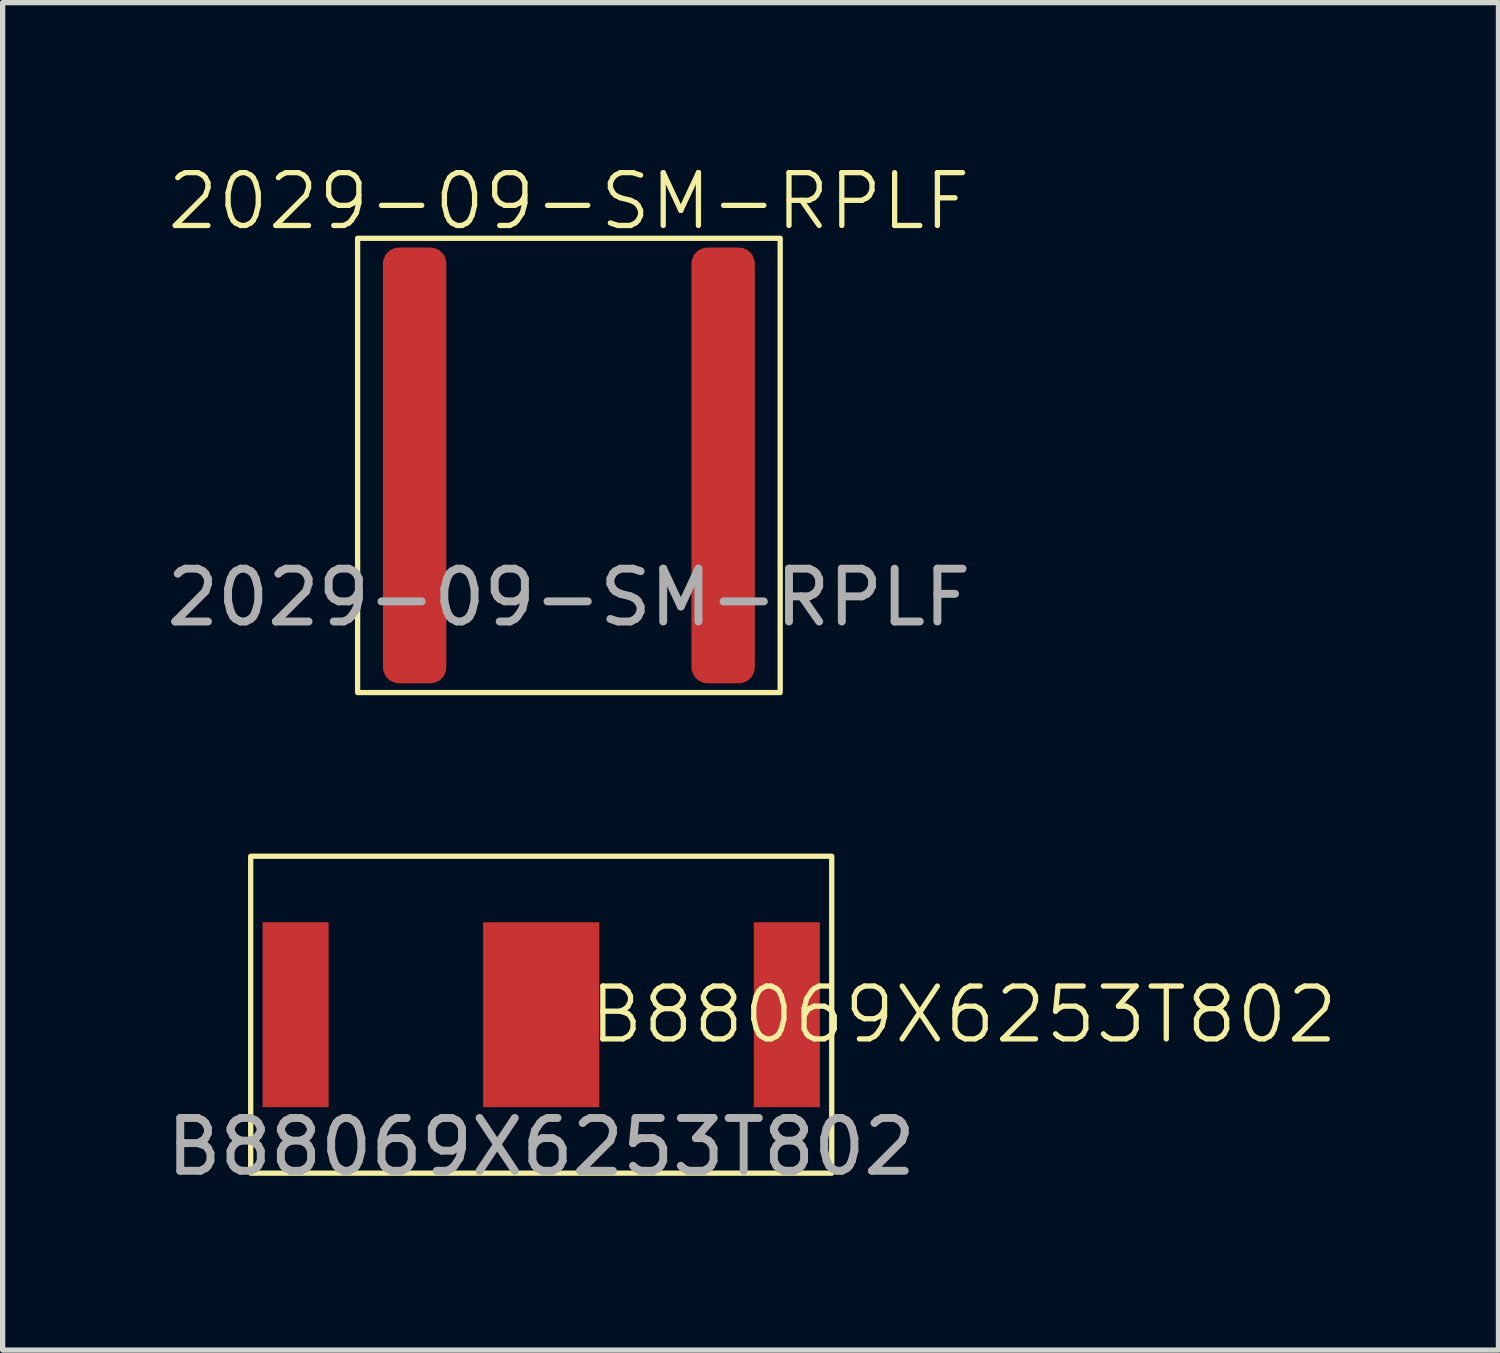
<source format=kicad_pcb>
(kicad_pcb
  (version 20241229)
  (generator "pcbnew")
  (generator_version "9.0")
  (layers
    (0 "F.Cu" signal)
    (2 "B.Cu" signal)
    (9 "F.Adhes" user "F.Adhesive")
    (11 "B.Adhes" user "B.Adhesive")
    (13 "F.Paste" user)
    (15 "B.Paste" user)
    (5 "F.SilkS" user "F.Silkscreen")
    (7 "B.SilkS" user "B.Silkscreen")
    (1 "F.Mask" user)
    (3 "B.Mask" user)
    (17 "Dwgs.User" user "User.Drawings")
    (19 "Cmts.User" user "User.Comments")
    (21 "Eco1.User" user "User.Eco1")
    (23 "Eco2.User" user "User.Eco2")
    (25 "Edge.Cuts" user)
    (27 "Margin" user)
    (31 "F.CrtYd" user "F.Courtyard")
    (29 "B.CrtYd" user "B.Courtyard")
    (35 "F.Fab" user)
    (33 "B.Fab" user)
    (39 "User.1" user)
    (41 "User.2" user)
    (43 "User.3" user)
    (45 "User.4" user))
  (footprint "B88069X6253T802"
    (layer "F.Cu")
    (at 7.196 16.16)
    (property "Reference" "B88069X6253T802" (at 8 0 0) (unlocked yes) (layer "F.SilkS") (effects (font (size 1 1) (thickness 0.1))))
    (attr smd)
    (fp_rect (start -5.5 -3) (end 5.5 3) (stroke (width 0.1) (type default)) (fill no) (layer "F.SilkS"))
    (fp_text user "${REFERENCE}" (at 0 2.5 0) (unlocked yes) (layer "F.Fab") (effects (font (size 1 1) (thickness 0.15))))
    (pad "1" smd rect (at -4.65 0) (size 1.25 3.5) (layers "F.Cu" "F.Mask" "F.Paste"))
    (pad "2" smd rect (at 0 0) (size 2.2 3.5) (layers "F.Cu" "F.Mask" "F.Paste"))
    (pad "3" smd rect (at 4.65 0) (size 1.25 3.5) (layers "F.Cu" "F.Mask" "F.Paste")))
  (footprint "2029-09-SM-RPLF"
    (layer "F.Cu")
    (at 7.72 5.761)
    (property "Reference" "2029-09-SM-RPLF" (at 0 -5 0) (unlocked yes) (layer "F.SilkS") (effects (font (size 1 1) (thickness 0.1))))
    (attr smd)
    (fp_rect (start -4 -4.3) (end 4 4.3) (stroke (width 0.1) (type default)) (fill no) (layer "F.SilkS"))
    (fp_text user "${REFERENCE}" (at 0 2.5 0) (unlocked yes) (layer "F.Fab") (effects (font (size 1 1) (thickness 0.15))))
    (pad "1" smd roundrect (at -2.92 0) (size 1.2 8.25) (layers "F.Cu" "F.Mask" "F.Paste") (roundrect_rratio 0.25))
    (pad "2" smd roundrect (at 2.92 0) (size 1.2 8.25) (layers "F.Cu" "F.Mask" "F.Paste") (roundrect_rratio 0.25)))
  (gr_rect
    (start -3 -3)
    (end 25.318 22.509)
    (stroke (width 0.1) (type default))
    (fill no)
    (layer "Edge.Cuts")))
</source>
